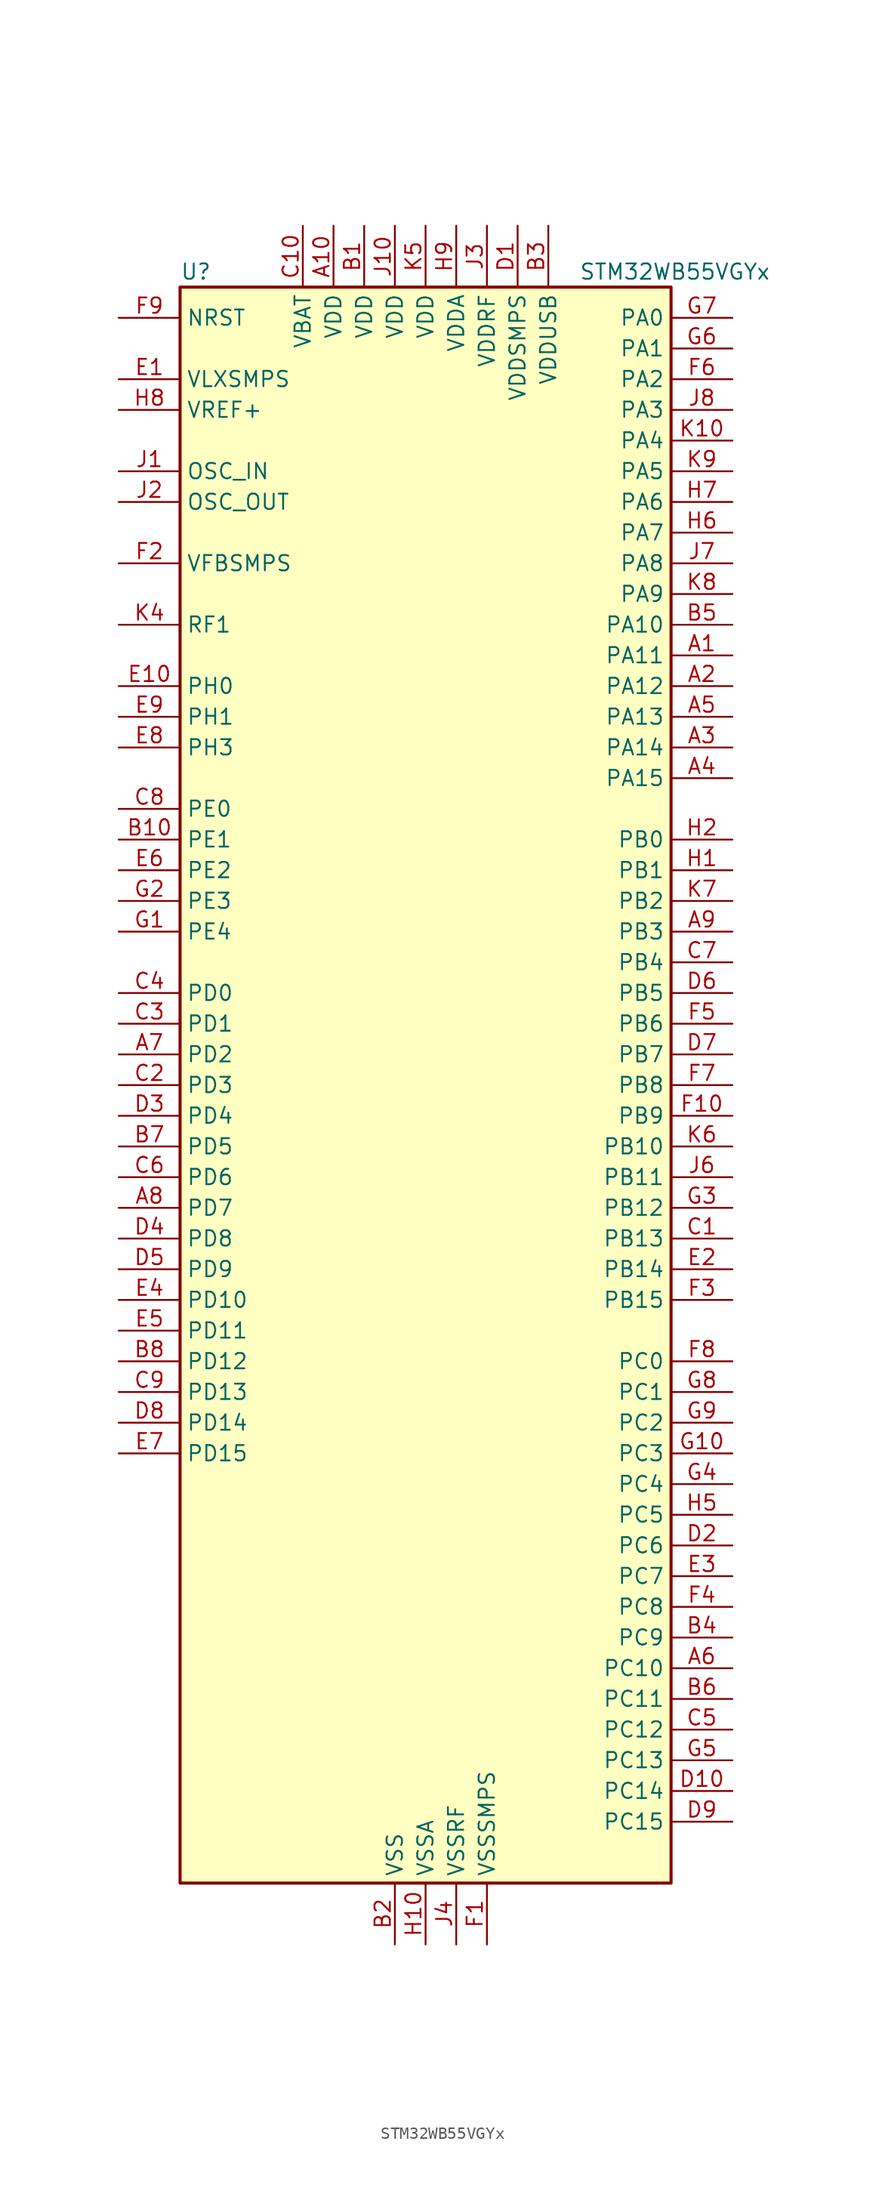
<source format=kicad_sym>
(kicad_symbol_lib
  (version 20231120)
  (generator "kicad_symbol_editor")
  (generator_version "8.0")
  (symbol "STM32WB55VGYx"
    (property "Reference" "U"
      (at -20.32 67.31 0)
      (effects (font (size 1.27 1.27)) (justify left)))
    (property "Value" "STM32WB55VGYx"
      (at 12.7 67.31 0)
      (effects (font (size 1.27 1.27)) (justify left)))
    (property "ki_locked" ""
      (at 0 0 0)
      (effects (font (size 1.27 1.27))))
    (symbol "STM32WB55VGYx_0_1"
      (rectangle (start -20.32 -66.04) (end 20.32 66.04) (stroke (width 0.254) (type default)) (fill (type background))))
    (symbol "STM32WB55VGYx_1_1"
      (pin bidirectional line (at 25.4 35.56 180) (length 5.08) (name "PA11" (effects (font (size 1.27 1.27)))) (number "A1" (effects (font (size 1.27 1.27)))) (alternate "ADC1_EXTI11" bidirectional line) (alternate "SPI1_MISO" bidirectional line) (alternate "TIM1_BKIN2" bidirectional line) (alternate "TIM1_CH4" bidirectional line) (alternate "USART1_CTS" bidirectional line) (alternate "USART1_NSS" bidirectional line) (alternate "USB_DM" bidirectional line))
      (pin power_in line (at -7.62 71.12 270) (length 5.08) (name "VDD" (effects (font (size 1.27 1.27)))) (number "A10" (effects (font (size 1.27 1.27)))))
      (pin bidirectional line (at 25.4 33.02 180) (length 5.08) (name "PA12" (effects (font (size 1.27 1.27)))) (number "A2" (effects (font (size 1.27 1.27)))) (alternate "LPUART1_RX" bidirectional line) (alternate "SPI1_MOSI" bidirectional line) (alternate "TIM1_ETR" bidirectional line) (alternate "USART1_DE" bidirectional line) (alternate "USART1_RTS" bidirectional line) (alternate "USB_DP" bidirectional line))
      (pin bidirectional line (at 25.4 27.94 180) (length 5.08) (name "PA14" (effects (font (size 1.27 1.27)))) (number "A3" (effects (font (size 1.27 1.27)))) (alternate "I2C1_SMBA" bidirectional line) (alternate "LCD_SEG5" bidirectional line) (alternate "LPTIM1_OUT" bidirectional line) (alternate "SAI1_FS_B" bidirectional line) (alternate "SYS_JTCK-SWCLK" bidirectional line))
      (pin bidirectional line (at 25.4 25.4 180) (length 5.08) (name "PA15" (effects (font (size 1.27 1.27)))) (number "A4" (effects (font (size 1.27 1.27)))) (alternate "ADC1_EXTI15" bidirectional line) (alternate "LCD_SEG17" bidirectional line) (alternate "RCC_MCO" bidirectional line) (alternate "SPI1_NSS" bidirectional line) (alternate "SYS_JTDI" bidirectional line) (alternate "TIM2_CH1" bidirectional line) (alternate "TIM2_ETR" bidirectional line) (alternate "TSC_G3_IO1" bidirectional line))
      (pin bidirectional line (at 25.4 30.48 180) (length 5.08) (name "PA13" (effects (font (size 1.27 1.27)))) (number "A5" (effects (font (size 1.27 1.27)))) (alternate "IR_OUT" bidirectional line) (alternate "SAI1_SD_B" bidirectional line) (alternate "SYS_JTMS-SWDIO" bidirectional line) (alternate "USB_NOE" bidirectional line))
      (pin bidirectional line (at 25.4 -48.26 180) (length 5.08) (name "PC10" (effects (font (size 1.27 1.27)))) (number "A6" (effects (font (size 1.27 1.27)))) (alternate "LCD_COM4" bidirectional line) (alternate "LCD_SEG28" bidirectional line) (alternate "LCD_SEG40" bidirectional line) (alternate "SYS_TRACED1" bidirectional line) (alternate "TSC_G3_IO2" bidirectional line))
      (pin bidirectional line (at -25.4 2.54 0) (length 5.08) (name "PD2" (effects (font (size 1.27 1.27)))) (number "A7" (effects (font (size 1.27 1.27)))) (alternate "LCD_COM7" bidirectional line) (alternate "LCD_SEG31" bidirectional line) (alternate "LCD_SEG43" bidirectional line) (alternate "SYS_TRACED2" bidirectional line) (alternate "TSC_SYNC" bidirectional line))
      (pin bidirectional line (at -25.4 -10.16 0) (length 5.08) (name "PD7" (effects (font (size 1.27 1.27)))) (number "A8" (effects (font (size 1.27 1.27)))) (alternate "LCD_SEG39" bidirectional line) (alternate "QUADSPI_BK1_IO3" bidirectional line) (alternate "TSC_G5_IO4" bidirectional line))
      (pin bidirectional line (at 25.4 12.7 180) (length 5.08) (name "PB3" (effects (font (size 1.27 1.27)))) (number "A9" (effects (font (size 1.27 1.27)))) (alternate "COMP2_INM" bidirectional line) (alternate "LCD_SEG7" bidirectional line) (alternate "SAI1_SCK_B" bidirectional line) (alternate "SPI1_SCK" bidirectional line) (alternate "SYS_JTDO-SWO" bidirectional line) (alternate "TIM2_CH2" bidirectional line) (alternate "USART1_DE" bidirectional line) (alternate "USART1_RTS" bidirectional line))
      (pin power_in line (at -5.08 71.12 270) (length 5.08) (name "VDD" (effects (font (size 1.27 1.27)))) (number "B1" (effects (font (size 1.27 1.27)))))
      (pin bidirectional line (at -25.4 20.32 0) (length 5.08) (name "PE1" (effects (font (size 1.27 1.27)))) (number "B10" (effects (font (size 1.27 1.27)))) (alternate "LCD_SEG37" bidirectional line) (alternate "TIM17_CH1" bidirectional line) (alternate "TSC_G7_IO2" bidirectional line))
      (pin power_in line (at -2.54 -71.12 90) (length 5.08) (name "VSS" (effects (font (size 1.27 1.27)))) (number "B2" (effects (font (size 1.27 1.27)))))
      (pin power_in line (at 10.16 71.12 270) (length 5.08) (name "VDDUSB" (effects (font (size 1.27 1.27)))) (number "B3" (effects (font (size 1.27 1.27)))))
      (pin bidirectional line (at 25.4 -45.72 180) (length 5.08) (name "PC9" (effects (font (size 1.27 1.27)))) (number "B4" (effects (font (size 1.27 1.27)))) (alternate "LCD_SEG27" bidirectional line) (alternate "SAI1_SCK_B" bidirectional line) (alternate "TIM1_BKIN" bidirectional line) (alternate "TSC_G4_IO4" bidirectional line) (alternate "USB_NOE" bidirectional line))
      (pin bidirectional line (at 25.4 38.1 180) (length 5.08) (name "PA10" (effects (font (size 1.27 1.27)))) (number "B5" (effects (font (size 1.27 1.27)))) (alternate "CRS_SYNC" bidirectional line) (alternate "I2C1_SDA" bidirectional line) (alternate "LCD_COM2" bidirectional line) (alternate "SAI1_D1" bidirectional line) (alternate "SAI1_SD_A" bidirectional line) (alternate "TIM17_BKIN" bidirectional line) (alternate "TIM1_CH3" bidirectional line) (alternate "USART1_RX" bidirectional line))
      (pin bidirectional line (at 25.4 -50.8 180) (length 5.08) (name "PC11" (effects (font (size 1.27 1.27)))) (number "B6" (effects (font (size 1.27 1.27)))) (alternate "ADC1_EXTI11" bidirectional line) (alternate "LCD_COM5" bidirectional line) (alternate "LCD_SEG29" bidirectional line) (alternate "LCD_SEG41" bidirectional line) (alternate "TSC_G3_IO3" bidirectional line))
      (pin bidirectional line (at -25.4 -5.08 0) (length 5.08) (name "PD5" (effects (font (size 1.27 1.27)))) (number "B7" (effects (font (size 1.27 1.27)))) (alternate "QUADSPI_BK1_IO1" bidirectional line) (alternate "SAI1_MCLK_B" bidirectional line) (alternate "TSC_G5_IO2" bidirectional line))
      (pin bidirectional line (at -25.4 -22.86 0) (length 5.08) (name "PD12" (effects (font (size 1.27 1.27)))) (number "B8" (effects (font (size 1.27 1.27)))) (alternate "LCD_SEG32" bidirectional line) (alternate "LPTIM2_IN1" bidirectional line) (alternate "TSC_G6_IO3" bidirectional line))
      (pin passive line (at -2.54 -71.12 90) (length 5.08) hide (name "VSS" (effects (font (size 1.27 1.27)))) (number "B9" (effects (font (size 1.27 1.27)))))
      (pin bidirectional line (at 25.4 -12.7 180) (length 5.08) (name "PB13" (effects (font (size 1.27 1.27)))) (number "C1" (effects (font (size 1.27 1.27)))) (alternate "I2C3_SCL" bidirectional line) (alternate "LCD_SEG13" bidirectional line) (alternate "LPUART1_CTS" bidirectional line) (alternate "SAI1_SCK_A" bidirectional line) (alternate "SPI2_SCK" bidirectional line) (alternate "TIM1_CH1N" bidirectional line) (alternate "TSC_G1_IO2" bidirectional line))
      (pin power_in line (at -10.16 71.12 270) (length 5.08) (name "VBAT" (effects (font (size 1.27 1.27)))) (number "C10" (effects (font (size 1.27 1.27)))))
      (pin bidirectional line (at -25.4 0 0) (length 5.08) (name "PD3" (effects (font (size 1.27 1.27)))) (number "C2" (effects (font (size 1.27 1.27)))) (alternate "QUADSPI_BK1_NCS" bidirectional line) (alternate "SPI2_MISO" bidirectional line) (alternate "SPI2_SCK" bidirectional line))
      (pin bidirectional line (at -25.4 5.08 0) (length 5.08) (name "PD1" (effects (font (size 1.27 1.27)))) (number "C3" (effects (font (size 1.27 1.27)))) (alternate "SPI2_SCK" bidirectional line))
      (pin bidirectional line (at -25.4 7.62 0) (length 5.08) (name "PD0" (effects (font (size 1.27 1.27)))) (number "C4" (effects (font (size 1.27 1.27)))) (alternate "SPI2_NSS" bidirectional line))
      (pin bidirectional line (at 25.4 -53.34 180) (length 5.08) (name "PC12" (effects (font (size 1.27 1.27)))) (number "C5" (effects (font (size 1.27 1.27)))) (alternate "LCD_COM6" bidirectional line) (alternate "LCD_SEG30" bidirectional line) (alternate "LCD_SEG42" bidirectional line) (alternate "RCC_LSCO" bidirectional line) (alternate "RTC_TAMP3" bidirectional line) (alternate "SYS_TRACED3" bidirectional line) (alternate "SYS_WKUP3" bidirectional line) (alternate "TSC_G3_IO4" bidirectional line))
      (pin bidirectional line (at -25.4 -7.62 0) (length 5.08) (name "PD6" (effects (font (size 1.27 1.27)))) (number "C6" (effects (font (size 1.27 1.27)))) (alternate "QUADSPI_BK1_IO2" bidirectional line) (alternate "SAI1_D1" bidirectional line) (alternate "SAI1_SD_A" bidirectional line) (alternate "TSC_G5_IO3" bidirectional line))
      (pin bidirectional line (at 25.4 10.16 180) (length 5.08) (name "PB4" (effects (font (size 1.27 1.27)))) (number "C7" (effects (font (size 1.27 1.27)))) (alternate "COMP2_INP" bidirectional line) (alternate "I2C3_SDA" bidirectional line) (alternate "LCD_SEG8" bidirectional line) (alternate "SAI1_MCLK_B" bidirectional line) (alternate "SPI1_MISO" bidirectional line) (alternate "SYS_JTRST" bidirectional line) (alternate "TIM17_BKIN" bidirectional line) (alternate "TSC_G2_IO1" bidirectional line) (alternate "USART1_CTS" bidirectional line) (alternate "USART1_NSS" bidirectional line))
      (pin bidirectional line (at -25.4 22.86 0) (length 5.08) (name "PE0" (effects (font (size 1.27 1.27)))) (number "C8" (effects (font (size 1.27 1.27)))) (alternate "LCD_SEG36" bidirectional line) (alternate "TIM16_CH1" bidirectional line) (alternate "TIM1_ETR" bidirectional line) (alternate "TSC_G7_IO3" bidirectional line))
      (pin bidirectional line (at -25.4 -25.4 0) (length 5.08) (name "PD13" (effects (font (size 1.27 1.27)))) (number "C9" (effects (font (size 1.27 1.27)))) (alternate "LCD_SEG33" bidirectional line) (alternate "LPTIM2_OUT" bidirectional line) (alternate "TSC_G6_IO4" bidirectional line))
      (pin power_in line (at 7.62 71.12 270) (length 5.08) (name "VDDSMPS" (effects (font (size 1.27 1.27)))) (number "D1" (effects (font (size 1.27 1.27)))))
      (pin bidirectional line (at 25.4 -58.42 180) (length 5.08) (name "PC14" (effects (font (size 1.27 1.27)))) (number "D10" (effects (font (size 1.27 1.27)))) (alternate "RCC_OSC32_IN" bidirectional line))
      (pin bidirectional line (at 25.4 -38.1 180) (length 5.08) (name "PC6" (effects (font (size 1.27 1.27)))) (number "D2" (effects (font (size 1.27 1.27)))) (alternate "LCD_SEG24" bidirectional line) (alternate "TSC_G4_IO1" bidirectional line))
      (pin bidirectional line (at -25.4 -2.54 0) (length 5.08) (name "PD4" (effects (font (size 1.27 1.27)))) (number "D3" (effects (font (size 1.27 1.27)))) (alternate "QUADSPI_BK1_IO0" bidirectional line) (alternate "SPI2_MOSI" bidirectional line) (alternate "TSC_G5_IO1" bidirectional line))
      (pin bidirectional line (at -25.4 -12.7 0) (length 5.08) (name "PD8" (effects (font (size 1.27 1.27)))) (number "D4" (effects (font (size 1.27 1.27)))) (alternate "LCD_SEG28" bidirectional line) (alternate "TIM1_BKIN2" bidirectional line))
      (pin bidirectional line (at -25.4 -15.24 0) (length 5.08) (name "PD9" (effects (font (size 1.27 1.27)))) (number "D5" (effects (font (size 1.27 1.27)))) (alternate "LCD_SEG29" bidirectional line) (alternate "SYS_TRACED0" bidirectional line))
      (pin bidirectional line (at 25.4 7.62 180) (length 5.08) (name "PB5" (effects (font (size 1.27 1.27)))) (number "D6" (effects (font (size 1.27 1.27)))) (alternate "COMP2_OUT" bidirectional line) (alternate "I2C1_SMBA" bidirectional line) (alternate "LCD_SEG9" bidirectional line) (alternate "LPTIM1_IN1" bidirectional line) (alternate "LPUART1_TX" bidirectional line) (alternate "SAI1_SD_B" bidirectional line) (alternate "SPI1_MOSI" bidirectional line) (alternate "TIM16_BKIN" bidirectional line) (alternate "TSC_G2_IO2" bidirectional line) (alternate "USART1_CK" bidirectional line))
      (pin bidirectional line (at 25.4 2.54 180) (length 5.08) (name "PB7" (effects (font (size 1.27 1.27)))) (number "D7" (effects (font (size 1.27 1.27)))) (alternate "COMP2_INM" bidirectional line) (alternate "I2C1_SDA" bidirectional line) (alternate "LCD_SEG21" bidirectional line) (alternate "LPTIM1_IN2" bidirectional line) (alternate "SYS_PVD_IN" bidirectional line) (alternate "TIM17_CH1N" bidirectional line) (alternate "TIM1_BKIN" bidirectional line) (alternate "TSC_G2_IO4" bidirectional line) (alternate "USART1_RX" bidirectional line))
      (pin bidirectional line (at -25.4 -27.94 0) (length 5.08) (name "PD14" (effects (font (size 1.27 1.27)))) (number "D8" (effects (font (size 1.27 1.27)))) (alternate "LCD_SEG34" bidirectional line) (alternate "TIM1_CH1" bidirectional line))
      (pin bidirectional line (at 25.4 -60.96 180) (length 5.08) (name "PC15" (effects (font (size 1.27 1.27)))) (number "D9" (effects (font (size 1.27 1.27)))) (alternate "ADC1_EXTI15" bidirectional line) (alternate "RCC_OSC32_OUT" bidirectional line))
      (pin power_in line (at -25.4 58.42 0) (length 5.08) (name "VLXSMPS" (effects (font (size 1.27 1.27)))) (number "E1" (effects (font (size 1.27 1.27)))))
      (pin bidirectional line (at -25.4 33.02 0) (length 5.08) (name "PH0" (effects (font (size 1.27 1.27)))) (number "E10" (effects (font (size 1.27 1.27)))))
      (pin bidirectional line (at 25.4 -15.24 180) (length 5.08) (name "PB14" (effects (font (size 1.27 1.27)))) (number "E2" (effects (font (size 1.27 1.27)))) (alternate "I2C3_SDA" bidirectional line) (alternate "LCD_SEG14" bidirectional line) (alternate "SAI1_MCLK_A" bidirectional line) (alternate "SPI2_MISO" bidirectional line) (alternate "TIM1_CH2N" bidirectional line) (alternate "TSC_G1_IO3" bidirectional line))
      (pin bidirectional line (at 25.4 -40.64 180) (length 5.08) (name "PC7" (effects (font (size 1.27 1.27)))) (number "E3" (effects (font (size 1.27 1.27)))) (alternate "LCD_SEG25" bidirectional line) (alternate "TSC_G4_IO2" bidirectional line))
      (pin bidirectional line (at -25.4 -17.78 0) (length 5.08) (name "PD10" (effects (font (size 1.27 1.27)))) (number "E4" (effects (font (size 1.27 1.27)))) (alternate "LCD_SEG30" bidirectional line) (alternate "SYS_TRIG_INOUT" bidirectional line) (alternate "TSC_G6_IO1" bidirectional line))
      (pin bidirectional line (at -25.4 -20.32 0) (length 5.08) (name "PD11" (effects (font (size 1.27 1.27)))) (number "E5" (effects (font (size 1.27 1.27)))) (alternate "ADC1_EXTI11" bidirectional line) (alternate "LCD_SEG31" bidirectional line) (alternate "LPTIM2_ETR" bidirectional line) (alternate "TSC_G6_IO2" bidirectional line))
      (pin bidirectional line (at -25.4 17.78 0) (length 5.08) (name "PE2" (effects (font (size 1.27 1.27)))) (number "E6" (effects (font (size 1.27 1.27)))) (alternate "LCD_SEG38" bidirectional line) (alternate "SAI1_CK1" bidirectional line) (alternate "SAI1_MCLK_A" bidirectional line) (alternate "SYS_TRACECLK" bidirectional line) (alternate "TSC_G7_IO1" bidirectional line))
      (pin bidirectional line (at -25.4 -30.48 0) (length 5.08) (name "PD15" (effects (font (size 1.27 1.27)))) (number "E7" (effects (font (size 1.27 1.27)))) (alternate "ADC1_EXTI15" bidirectional line) (alternate "LCD_SEG35" bidirectional line) (alternate "TIM1_CH2" bidirectional line))
      (pin bidirectional line (at -25.4 27.94 0) (length 5.08) (name "PH3" (effects (font (size 1.27 1.27)))) (number "E8" (effects (font (size 1.27 1.27)))) (alternate "RCC_LSCO" bidirectional line))
      (pin bidirectional line (at -25.4 30.48 0) (length 5.08) (name "PH1" (effects (font (size 1.27 1.27)))) (number "E9" (effects (font (size 1.27 1.27)))))
      (pin power_in line (at 5.08 -71.12 90) (length 5.08) (name "VSSSMPS" (effects (font (size 1.27 1.27)))) (number "F1" (effects (font (size 1.27 1.27)))))
      (pin bidirectional line (at 25.4 -2.54 180) (length 5.08) (name "PB9" (effects (font (size 1.27 1.27)))) (number "F10" (effects (font (size 1.27 1.27)))) (alternate "I2C1_SDA" bidirectional line) (alternate "IR_OUT" bidirectional line) (alternate "LCD_COM3" bidirectional line) (alternate "QUADSPI_BK1_IO0" bidirectional line) (alternate "SAI1_D2" bidirectional line) (alternate "SAI1_FS_A" bidirectional line) (alternate "SPI2_NSS" bidirectional line) (alternate "TIM17_CH1" bidirectional line) (alternate "TIM1_CH3N" bidirectional line) (alternate "TSC_G7_IO4" bidirectional line))
      (pin input line (at -25.4 43.18 0) (length 5.08) (name "VFBSMPS" (effects (font (size 1.27 1.27)))) (number "F2" (effects (font (size 1.27 1.27)))))
      (pin bidirectional line (at 25.4 -17.78 180) (length 5.08) (name "PB15" (effects (font (size 1.27 1.27)))) (number "F3" (effects (font (size 1.27 1.27)))) (alternate "ADC1_EXTI15" bidirectional line) (alternate "LCD_SEG15" bidirectional line) (alternate "RTC_REFIN" bidirectional line) (alternate "SAI1_SD_A" bidirectional line) (alternate "SPI2_MOSI" bidirectional line) (alternate "TIM1_CH3N" bidirectional line) (alternate "TSC_G1_IO4" bidirectional line))
      (pin bidirectional line (at 25.4 -43.18 180) (length 5.08) (name "PC8" (effects (font (size 1.27 1.27)))) (number "F4" (effects (font (size 1.27 1.27)))) (alternate "LCD_SEG26" bidirectional line) (alternate "TSC_G4_IO3" bidirectional line))
      (pin bidirectional line (at 25.4 5.08 180) (length 5.08) (name "PB6" (effects (font (size 1.27 1.27)))) (number "F5" (effects (font (size 1.27 1.27)))) (alternate "COMP2_INP" bidirectional line) (alternate "I2C1_SCL" bidirectional line) (alternate "LCD_SEG6" bidirectional line) (alternate "LPTIM1_ETR" bidirectional line) (alternate "RCC_MCO" bidirectional line) (alternate "SAI1_FS_B" bidirectional line) (alternate "TIM16_CH1N" bidirectional line) (alternate "TSC_G2_IO3" bidirectional line) (alternate "USART1_TX" bidirectional line))
      (pin bidirectional line (at 25.4 58.42 180) (length 5.08) (name "PA2" (effects (font (size 1.27 1.27)))) (number "F6" (effects (font (size 1.27 1.27)))) (alternate "ADC1_IN7" bidirectional line) (alternate "COMP2_INM" bidirectional line) (alternate "COMP2_OUT" bidirectional line) (alternate "LCD_SEG1" bidirectional line) (alternate "LPUART1_TX" bidirectional line) (alternate "QUADSPI_BK1_NCS" bidirectional line) (alternate "RCC_LSCO" bidirectional line) (alternate "SYS_WKUP4" bidirectional line) (alternate "TIM2_CH3" bidirectional line))
      (pin bidirectional line (at 25.4 0 180) (length 5.08) (name "PB8" (effects (font (size 1.27 1.27)))) (number "F7" (effects (font (size 1.27 1.27)))) (alternate "I2C1_SCL" bidirectional line) (alternate "LCD_SEG16" bidirectional line) (alternate "QUADSPI_BK1_IO1" bidirectional line) (alternate "SAI1_CK1" bidirectional line) (alternate "SAI1_MCLK_A" bidirectional line) (alternate "TIM16_CH1" bidirectional line) (alternate "TIM1_CH2N" bidirectional line))
      (pin bidirectional line (at 25.4 -22.86 180) (length 5.08) (name "PC0" (effects (font (size 1.27 1.27)))) (number "F8" (effects (font (size 1.27 1.27)))) (alternate "ADC1_IN1" bidirectional line) (alternate "I2C3_SCL" bidirectional line) (alternate "LCD_SEG18" bidirectional line) (alternate "LPTIM1_IN1" bidirectional line) (alternate "LPTIM2_IN1" bidirectional line) (alternate "LPUART1_RX" bidirectional line))
      (pin input line (at -25.4 63.5 0) (length 5.08) (name "NRST" (effects (font (size 1.27 1.27)))) (number "F9" (effects (font (size 1.27 1.27)))))
      (pin bidirectional line (at -25.4 12.7 0) (length 5.08) (name "PE4" (effects (font (size 1.27 1.27)))) (number "G1" (effects (font (size 1.27 1.27)))))
      (pin bidirectional line (at 25.4 -30.48 180) (length 5.08) (name "PC3" (effects (font (size 1.27 1.27)))) (number "G10" (effects (font (size 1.27 1.27)))) (alternate "ADC1_IN4" bidirectional line) (alternate "LCD_VLCD" bidirectional line) (alternate "LPTIM1_ETR" bidirectional line) (alternate "LPTIM2_ETR" bidirectional line) (alternate "SAI1_D1" bidirectional line) (alternate "SAI1_SD_A" bidirectional line) (alternate "SPI2_MOSI" bidirectional line))
      (pin bidirectional line (at -25.4 15.24 0) (length 5.08) (name "PE3" (effects (font (size 1.27 1.27)))) (number "G2" (effects (font (size 1.27 1.27)))))
      (pin bidirectional line (at 25.4 -10.16 180) (length 5.08) (name "PB12" (effects (font (size 1.27 1.27)))) (number "G3" (effects (font (size 1.27 1.27)))) (alternate "I2C3_SMBA" bidirectional line) (alternate "LCD_SEG12" bidirectional line) (alternate "LPUART1_DE" bidirectional line) (alternate "LPUART1_RTS" bidirectional line) (alternate "SAI1_FS_A" bidirectional line) (alternate "SPI2_NSS" bidirectional line) (alternate "TIM1_BKIN" bidirectional line) (alternate "TSC_G1_IO1" bidirectional line))
      (pin bidirectional line (at 25.4 -33.02 180) (length 5.08) (name "PC4" (effects (font (size 1.27 1.27)))) (number "G4" (effects (font (size 1.27 1.27)))) (alternate "ADC1_IN13" bidirectional line) (alternate "COMP1_INM" bidirectional line) (alternate "LCD_SEG22" bidirectional line))
      (pin bidirectional line (at 25.4 -55.88 180) (length 5.08) (name "PC13" (effects (font (size 1.27 1.27)))) (number "G5" (effects (font (size 1.27 1.27)))) (alternate "RTC_OUT1" bidirectional line) (alternate "RTC_TAMP1" bidirectional line) (alternate "RTC_TS" bidirectional line) (alternate "SYS_WKUP2" bidirectional line))
      (pin bidirectional line (at 25.4 60.96 180) (length 5.08) (name "PA1" (effects (font (size 1.27 1.27)))) (number "G6" (effects (font (size 1.27 1.27)))) (alternate "ADC1_IN6" bidirectional line) (alternate "COMP1_INP" bidirectional line) (alternate "I2C1_SMBA" bidirectional line) (alternate "LCD_SEG0" bidirectional line) (alternate "SPI1_SCK" bidirectional line) (alternate "TIM2_CH2" bidirectional line))
      (pin bidirectional line (at 25.4 63.5 180) (length 5.08) (name "PA0" (effects (font (size 1.27 1.27)))) (number "G7" (effects (font (size 1.27 1.27)))) (alternate "ADC1_IN5" bidirectional line) (alternate "COMP1_INM" bidirectional line) (alternate "COMP1_OUT" bidirectional line) (alternate "RTC_TAMP2" bidirectional line) (alternate "SAI1_EXTCLK" bidirectional line) (alternate "SYS_WKUP1" bidirectional line) (alternate "TIM2_CH1" bidirectional line) (alternate "TIM2_ETR" bidirectional line))
      (pin bidirectional line (at 25.4 -25.4 180) (length 5.08) (name "PC1" (effects (font (size 1.27 1.27)))) (number "G8" (effects (font (size 1.27 1.27)))) (alternate "ADC1_IN2" bidirectional line) (alternate "I2C3_SDA" bidirectional line) (alternate "LCD_SEG19" bidirectional line) (alternate "LPTIM1_OUT" bidirectional line) (alternate "LPUART1_TX" bidirectional line) (alternate "SPI2_MOSI" bidirectional line))
      (pin bidirectional line (at 25.4 -27.94 180) (length 5.08) (name "PC2" (effects (font (size 1.27 1.27)))) (number "G9" (effects (font (size 1.27 1.27)))) (alternate "ADC1_IN3" bidirectional line) (alternate "LCD_SEG20" bidirectional line) (alternate "LPTIM1_IN2" bidirectional line) (alternate "SPI2_MISO" bidirectional line))
      (pin bidirectional line (at 25.4 17.78 180) (length 5.08) (name "PB1" (effects (font (size 1.27 1.27)))) (number "H1" (effects (font (size 1.27 1.27)))) (alternate "LPTIM2_IN1" bidirectional line) (alternate "LPUART1_DE" bidirectional line) (alternate "LPUART1_RTS" bidirectional line))
      (pin power_in line (at 0 -71.12 90) (length 5.08) (name "VSSA" (effects (font (size 1.27 1.27)))) (number "H10" (effects (font (size 1.27 1.27)))))
      (pin bidirectional line (at 25.4 20.32 180) (length 5.08) (name "PB0" (effects (font (size 1.27 1.27)))) (number "H2" (effects (font (size 1.27 1.27)))) (alternate "COMP1_OUT" bidirectional line) (alternate "RF_TX_MOD_EXT_PA" bidirectional line))
      (pin no_connect line (at -20.32 -66.04 0) (length 5.08) hide (name "AT0" (effects (font (size 1.27 1.27)))) (number "H3" (effects (font (size 1.27 1.27)))))
      (pin no_connect line (at -20.32 -63.5 0) (length 5.08) hide (name "AT1" (effects (font (size 1.27 1.27)))) (number "H4" (effects (font (size 1.27 1.27)))))
      (pin bidirectional line (at 25.4 -35.56 180) (length 5.08) (name "PC5" (effects (font (size 1.27 1.27)))) (number "H5" (effects (font (size 1.27 1.27)))) (alternate "ADC1_IN14" bidirectional line) (alternate "COMP1_INP" bidirectional line) (alternate "LCD_SEG23" bidirectional line) (alternate "SAI1_D3" bidirectional line) (alternate "SYS_WKUP5" bidirectional line))
      (pin bidirectional line (at 25.4 45.72 180) (length 5.08) (name "PA7" (effects (font (size 1.27 1.27)))) (number "H6" (effects (font (size 1.27 1.27)))) (alternate "ADC1_IN12" bidirectional line) (alternate "COMP2_OUT" bidirectional line) (alternate "I2C3_SCL" bidirectional line) (alternate "LCD_SEG4" bidirectional line) (alternate "QUADSPI_BK1_IO2" bidirectional line) (alternate "SPI1_MOSI" bidirectional line) (alternate "TIM17_CH1" bidirectional line) (alternate "TIM1_CH1N" bidirectional line))
      (pin bidirectional line (at 25.4 48.26 180) (length 5.08) (name "PA6" (effects (font (size 1.27 1.27)))) (number "H7" (effects (font (size 1.27 1.27)))) (alternate "ADC1_IN11" bidirectional line) (alternate "LCD_SEG3" bidirectional line) (alternate "LPUART1_CTS" bidirectional line) (alternate "QUADSPI_BK1_IO3" bidirectional line) (alternate "SPI1_MISO" bidirectional line) (alternate "TIM16_CH1" bidirectional line) (alternate "TIM1_BKIN" bidirectional line))
      (pin input line (at -25.4 55.88 0) (length 5.08) (name "VREF+" (effects (font (size 1.27 1.27)))) (number "H8" (effects (font (size 1.27 1.27)))) (alternate "VREFBUF_OUT" bidirectional line))
      (pin power_in line (at 2.54 71.12 270) (length 5.08) (name "VDDA" (effects (font (size 1.27 1.27)))) (number "H9" (effects (font (size 1.27 1.27)))))
      (pin input line (at -25.4 50.8 0) (length 5.08) (name "OSC_IN" (effects (font (size 1.27 1.27)))) (number "J1" (effects (font (size 1.27 1.27)))) (alternate "RCC_OSC_IN" bidirectional line))
      (pin power_in line (at -2.54 71.12 270) (length 5.08) (name "VDD" (effects (font (size 1.27 1.27)))) (number "J10" (effects (font (size 1.27 1.27)))))
      (pin input line (at -25.4 48.26 0) (length 5.08) (name "OSC_OUT" (effects (font (size 1.27 1.27)))) (number "J2" (effects (font (size 1.27 1.27)))) (alternate "RCC_OSC_OUT" bidirectional line))
      (pin power_in line (at 5.08 71.12 270) (length 5.08) (name "VDDRF" (effects (font (size 1.27 1.27)))) (number "J3" (effects (font (size 1.27 1.27)))))
      (pin power_in line (at 2.54 -71.12 90) (length 5.08) (name "VSSRF" (effects (font (size 1.27 1.27)))) (number "J4" (effects (font (size 1.27 1.27)))))
      (pin passive line (at -2.54 -71.12 90) (length 5.08) hide (name "VSS" (effects (font (size 1.27 1.27)))) (number "J5" (effects (font (size 1.27 1.27)))))
      (pin bidirectional line (at 25.4 -7.62 180) (length 5.08) (name "PB11" (effects (font (size 1.27 1.27)))) (number "J6" (effects (font (size 1.27 1.27)))) (alternate "ADC1_EXTI11" bidirectional line) (alternate "COMP2_OUT" bidirectional line) (alternate "I2C3_SDA" bidirectional line) (alternate "LCD_SEG11" bidirectional line) (alternate "LPUART1_TX" bidirectional line) (alternate "QUADSPI_BK1_NCS" bidirectional line) (alternate "TIM2_CH4" bidirectional line))
      (pin bidirectional line (at 25.4 43.18 180) (length 5.08) (name "PA8" (effects (font (size 1.27 1.27)))) (number "J7" (effects (font (size 1.27 1.27)))) (alternate "ADC1_IN15" bidirectional line) (alternate "LCD_COM0" bidirectional line) (alternate "LPTIM2_OUT" bidirectional line) (alternate "RCC_MCO" bidirectional line) (alternate "SAI1_CK2" bidirectional line) (alternate "SAI1_SCK_A" bidirectional line) (alternate "TIM1_CH1" bidirectional line) (alternate "USART1_CK" bidirectional line))
      (pin bidirectional line (at 25.4 55.88 180) (length 5.08) (name "PA3" (effects (font (size 1.27 1.27)))) (number "J8" (effects (font (size 1.27 1.27)))) (alternate "ADC1_IN8" bidirectional line) (alternate "COMP2_INP" bidirectional line) (alternate "LCD_SEG2" bidirectional line) (alternate "LPUART1_RX" bidirectional line) (alternate "QUADSPI_CLK" bidirectional line) (alternate "SAI1_CK1" bidirectional line) (alternate "SAI1_MCLK_A" bidirectional line) (alternate "TIM2_CH4" bidirectional line))
      (pin passive line (at -2.54 -71.12 90) (length 5.08) hide (name "VSS" (effects (font (size 1.27 1.27)))) (number "J9" (effects (font (size 1.27 1.27)))))
      (pin passive line (at 2.54 -71.12 90) (length 5.08) hide (name "VSSRF" (effects (font (size 1.27 1.27)))) (number "K1" (effects (font (size 1.27 1.27)))))
      (pin bidirectional line (at 25.4 53.34 180) (length 5.08) (name "PA4" (effects (font (size 1.27 1.27)))) (number "K10" (effects (font (size 1.27 1.27)))) (alternate "ADC1_IN9" bidirectional line) (alternate "COMP1_INM" bidirectional line) (alternate "COMP2_INM" bidirectional line) (alternate "LCD_SEG5" bidirectional line) (alternate "LPTIM2_OUT" bidirectional line) (alternate "SAI1_FS_B" bidirectional line) (alternate "SPI1_NSS" bidirectional line))
      (pin passive line (at 2.54 -71.12 90) (length 5.08) hide (name "VSSRF" (effects (font (size 1.27 1.27)))) (number "K2" (effects (font (size 1.27 1.27)))))
      (pin passive line (at 2.54 -71.12 90) (length 5.08) hide (name "VSSRF" (effects (font (size 1.27 1.27)))) (number "K3" (effects (font (size 1.27 1.27)))))
      (pin bidirectional line (at -25.4 38.1 0) (length 5.08) (name "RF1" (effects (font (size 1.27 1.27)))) (number "K4" (effects (font (size 1.27 1.27)))) (alternate "RF_RF1" bidirectional line))
      (pin power_in line (at 0 71.12 270) (length 5.08) (name "VDD" (effects (font (size 1.27 1.27)))) (number "K5" (effects (font (size 1.27 1.27)))))
      (pin bidirectional line (at 25.4 -5.08 180) (length 5.08) (name "PB10" (effects (font (size 1.27 1.27)))) (number "K6" (effects (font (size 1.27 1.27)))) (alternate "COMP1_OUT" bidirectional line) (alternate "I2C3_SCL" bidirectional line) (alternate "LCD_SEG10" bidirectional line) (alternate "LPUART1_RX" bidirectional line) (alternate "QUADSPI_CLK" bidirectional line) (alternate "SAI1_SCK_A" bidirectional line) (alternate "SPI2_SCK" bidirectional line) (alternate "TIM2_CH3" bidirectional line) (alternate "TSC_SYNC" bidirectional line))
      (pin bidirectional line (at 25.4 15.24 180) (length 5.08) (name "PB2" (effects (font (size 1.27 1.27)))) (number "K7" (effects (font (size 1.27 1.27)))) (alternate "COMP1_INP" bidirectional line) (alternate "I2C3_SMBA" bidirectional line) (alternate "LCD_VLCD" bidirectional line) (alternate "LPTIM1_OUT" bidirectional line) (alternate "RTC_OUT2" bidirectional line) (alternate "SAI1_EXTCLK" bidirectional line) (alternate "SPI1_NSS" bidirectional line))
      (pin bidirectional line (at 25.4 40.64 180) (length 5.08) (name "PA9" (effects (font (size 1.27 1.27)))) (number "K8" (effects (font (size 1.27 1.27)))) (alternate "ADC1_IN16" bidirectional line) (alternate "COMP1_INM" bidirectional line) (alternate "I2C1_SCL" bidirectional line) (alternate "LCD_COM1" bidirectional line) (alternate "SAI1_D2" bidirectional line) (alternate "SAI1_FS_A" bidirectional line) (alternate "SPI2_SCK" bidirectional line) (alternate "TIM1_CH2" bidirectional line) (alternate "USART1_TX" bidirectional line))
      (pin bidirectional line (at 25.4 50.8 180) (length 5.08) (name "PA5" (effects (font (size 1.27 1.27)))) (number "K9" (effects (font (size 1.27 1.27)))) (alternate "ADC1_IN10" bidirectional line) (alternate "COMP1_INM" bidirectional line) (alternate "COMP2_INM" bidirectional line) (alternate "LPTIM2_ETR" bidirectional line) (alternate "SAI1_SD_B" bidirectional line) (alternate "SPI1_SCK" bidirectional line) (alternate "TIM2_CH1" bidirectional line) (alternate "TIM2_ETR" bidirectional line)))))
</source>
